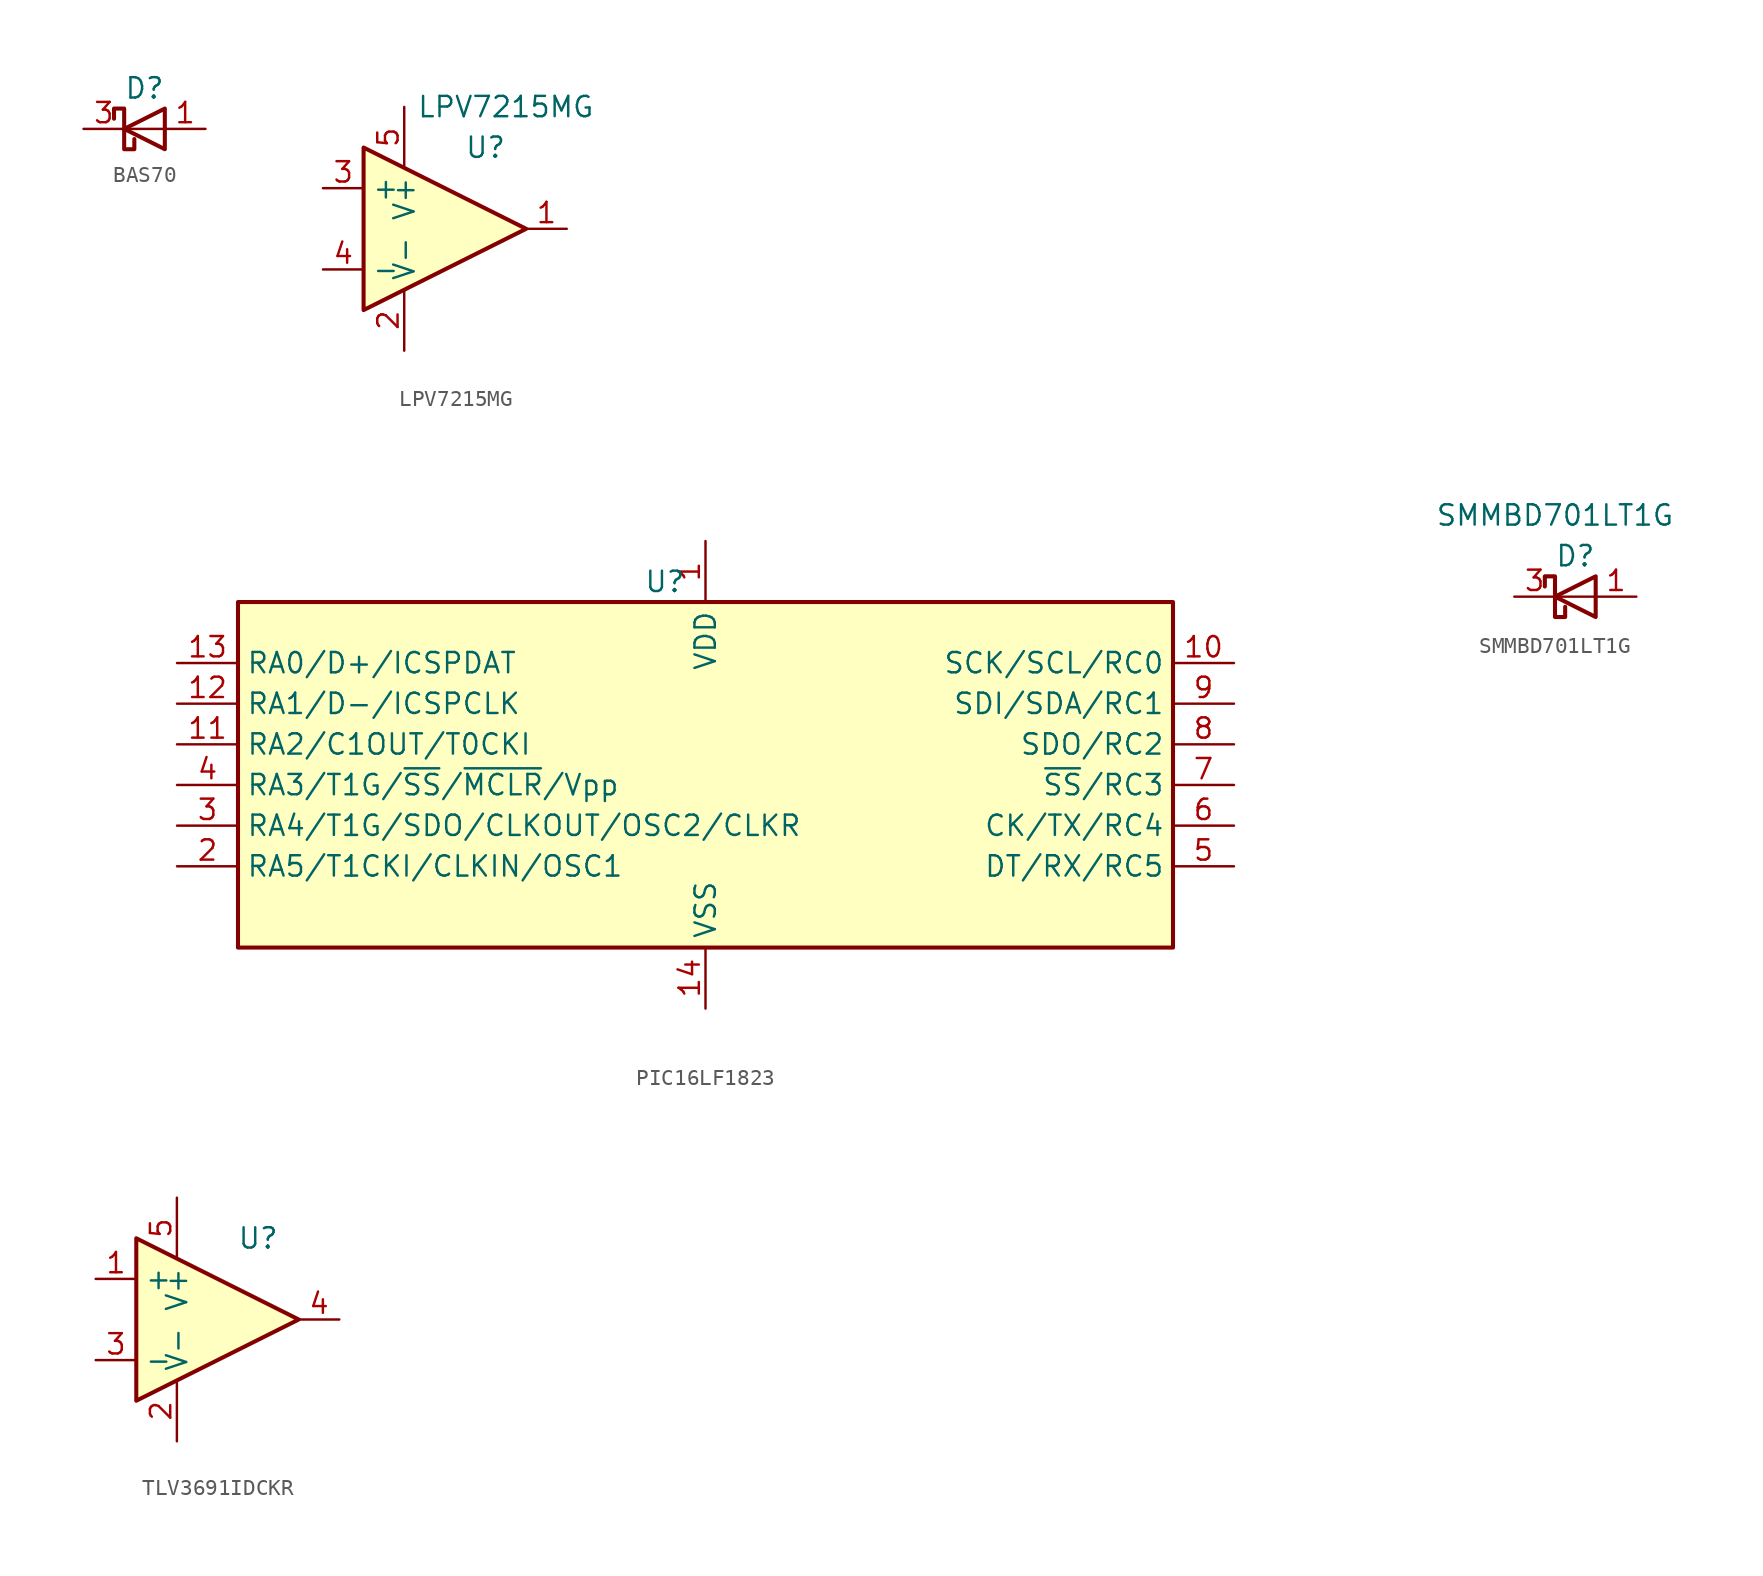
<source format=kicad_sym>
(kicad_symbol_lib
  (version 20220914)
  (generator kicad_symbol_editor)
  (symbol "BAS70"
    (property "Reference" "D"
      (at 0 2.54 0)
      (effects (font (size 1.27 1.27))))
    (property "Value" ""
      (at 0 0 0)
      (effects (font (size 1.27 1.27))))
    (symbol "BAS70_0_1"
      (polyline (pts (xy 1.27 0) (xy -1.27 0)) (stroke (width 0) (type default)) (fill (type none)))
      (polyline (pts (xy 1.27 1.27) (xy 1.27 -1.27) (xy -1.27 0) (xy 1.27 1.27)) (stroke (width 0.254) (type default)) (fill (type none)))
      (polyline (pts (xy -1.905 0.635) (xy -1.905 1.27) (xy -1.27 1.27) (xy -1.27 -1.27) (xy -0.635 -1.27) (xy -0.635 -0.635)) (stroke (width 0.254) (type default)) (fill (type none))))
    (symbol "BAS70_1_1"
      (pin passive line (at 3.81 0 180) (length 2.54) (name "~" (effects (font (size 1.27 1.27)))) (number "1" (effects (font (size 1.27 1.27)))))
      (pin passive line (at -3.81 0 0) (length 2.54) (name "~" (effects (font (size 1.27 1.27)))) (number "3" (effects (font (size 1.27 1.27)))))))
  (symbol "LPV7215MG"
    (property "Reference" "U"
      (at 5.08 5.08 0)
      (effects (font (size 1.27 1.27))))
    (property "Value" "LPV7215MG"
      (at 6.35 7.62 0)
      (effects (font (size 1.27 1.27))))
    (symbol "LPV7215MG_0_1"
      (polyline (pts (xy -2.54 5.08) (xy -2.54 -5.08) (xy 7.62 0) (xy -2.54 5.08)) (stroke (width 0.254) (type default)) (fill (type background))))
    (symbol "LPV7215MG_1_1"
      (pin output line (at 10.16 0 180) (length 2.54) (name "~" (effects (font (size 1.27 1.27)))) (number "1" (effects (font (size 1.27 1.27)))))
      (pin power_in line (at 0 -7.62 90) (length 3.81) (name "V-" (effects (font (size 1.27 1.27)))) (number "2" (effects (font (size 1.27 1.27)))))
      (pin input line (at -5.08 2.54 0) (length 2.54) (name "+" (effects (font (size 1.27 1.27)))) (number "3" (effects (font (size 1.27 1.27)))))
      (pin input line (at -5.08 -2.54 0) (length 2.54) (name "-" (effects (font (size 1.27 1.27)))) (number "4" (effects (font (size 1.27 1.27)))))
      (pin power_in line (at 0 7.62 270) (length 3.81) (name "V+" (effects (font (size 1.27 1.27)))) (number "5" (effects (font (size 1.27 1.27)))))))
  (symbol "PIC16LF1823"
    (property "Reference" "U"
      (at 0 0 0)
      (effects (font (size 1.27 1.27))))
    (property "Value" ""
      (at 0 0 0)
      (effects (font (size 1.27 1.27))))
    (symbol "PIC16LF1823_0_1"
      (rectangle (start -26.67 -1.27) (end 31.75 -22.86) (stroke (width 0.254) (type default)) (fill (type background))))
    (symbol "PIC16LF1823_1_1"
      (pin power_in line (at 2.54 2.54 270) (length 3.81) (name "VDD" (effects (font (size 1.27 1.27)))) (number "1" (effects (font (size 1.27 1.27)))))
      (pin bidirectional line (at 35.56 -5.08 180) (length 3.81) (name "SCK/SCL/RC0" (effects (font (size 1.27 1.27)))) (number "10" (effects (font (size 1.27 1.27)))))
      (pin bidirectional line (at -30.48 -10.16 0) (length 3.81) (name "RA2/C1OUT/T0CKI" (effects (font (size 1.27 1.27)))) (number "11" (effects (font (size 1.27 1.27)))))
      (pin bidirectional line (at -30.48 -7.62 0) (length 3.81) (name "RA1/D-/ICSPCLK" (effects (font (size 1.27 1.27)))) (number "12" (effects (font (size 1.27 1.27)))))
      (pin bidirectional line (at -30.48 -5.08 0) (length 3.81) (name "RA0/D+/ICSPDAT" (effects (font (size 1.27 1.27)))) (number "13" (effects (font (size 1.27 1.27)))))
      (pin power_in line (at 2.54 -26.67 90) (length 3.81) (name "VSS" (effects (font (size 1.27 1.27)))) (number "14" (effects (font (size 1.27 1.27)))))
      (pin bidirectional line (at -30.48 -17.78 0) (length 3.81) (name "RA5/T1CKI/CLKIN/OSC1" (effects (font (size 1.27 1.27)))) (number "2" (effects (font (size 1.27 1.27)))))
      (pin bidirectional line (at -30.48 -15.24 0) (length 3.81) (name "RA4/T1G/SDO/CLKOUT/OSC2/CLKR" (effects (font (size 1.27 1.27)))) (number "3" (effects (font (size 1.27 1.27)))))
      (pin input line (at -30.48 -12.7 0) (length 3.81) (name "RA3/T1G/~{SS}/~{MCLR}/Vpp" (effects (font (size 1.27 1.27)))) (number "4" (effects (font (size 1.27 1.27)))))
      (pin bidirectional line (at 35.56 -17.78 180) (length 3.81) (name "DT/RX/RC5" (effects (font (size 1.27 1.27)))) (number "5" (effects (font (size 1.27 1.27)))))
      (pin bidirectional line (at 35.56 -15.24 180) (length 3.81) (name "CK/TX/RC4" (effects (font (size 1.27 1.27)))) (number "6" (effects (font (size 1.27 1.27)))))
      (pin bidirectional line (at 35.56 -12.7 180) (length 3.81) (name "~{SS}/RC3" (effects (font (size 1.27 1.27)))) (number "7" (effects (font (size 1.27 1.27)))))
      (pin bidirectional line (at 35.56 -10.16 180) (length 3.81) (name "SDO/RC2" (effects (font (size 1.27 1.27)))) (number "8" (effects (font (size 1.27 1.27)))))
      (pin bidirectional line (at 35.56 -7.62 180) (length 3.81) (name "SDI/SDA/RC1" (effects (font (size 1.27 1.27)))) (number "9" (effects (font (size 1.27 1.27)))))))
  (symbol "SMMBD701LT1G"
    (property "Reference" "D"
      (at 0 2.54 0)
      (effects (font (size 1.27 1.27))))
    (property "Value" "SMMBD701LT1G"
      (at -1.27 5.08 0)
      (effects (font (size 1.27 1.27))))
    (symbol "SMMBD701LT1G_0_1"
      (polyline (pts (xy 1.27 0) (xy -1.27 0)) (stroke (width 0) (type default)) (fill (type none)))
      (polyline (pts (xy 1.27 1.27) (xy 1.27 -1.27) (xy -1.27 0) (xy 1.27 1.27)) (stroke (width 0.254) (type default)) (fill (type none)))
      (polyline (pts (xy -1.905 0.635) (xy -1.905 1.27) (xy -1.27 1.27) (xy -1.27 -1.27) (xy -0.635 -1.27) (xy -0.635 -0.635)) (stroke (width 0.254) (type default)) (fill (type none))))
    (symbol "SMMBD701LT1G_1_1"
      (pin passive line (at 3.81 0 180) (length 2.54) (name "~" (effects (font (size 1.27 1.27)))) (number "1" (effects (font (size 1.27 1.27)))))
      (pin passive line (at -3.81 0 0) (length 2.54) (name "~" (effects (font (size 1.27 1.27)))) (number "3" (effects (font (size 1.27 1.27)))))))
  (symbol "TLV3691IDCKR"
    (property "Reference" "U"
      (at 5.08 5.08 0)
      (effects (font (size 1.27 1.27))))
    (property "Value" ""
      (at 3.81 6.35 0)
      (effects (font (size 1.27 1.27))))
    (symbol "TLV3691IDCKR_0_1"
      (polyline (pts (xy -2.54 5.08) (xy -2.54 -5.08) (xy 7.62 0) (xy -2.54 5.08)) (stroke (width 0.254) (type default)) (fill (type background))))
    (symbol "TLV3691IDCKR_1_1"
      (pin input line (at -5.08 2.54 0) (length 2.54) (name "+" (effects (font (size 1.27 1.27)))) (number "1" (effects (font (size 1.27 1.27)))))
      (pin power_in line (at 0 -7.62 90) (length 3.81) (name "V-" (effects (font (size 1.27 1.27)))) (number "2" (effects (font (size 1.27 1.27)))))
      (pin input line (at -5.08 -2.54 0) (length 2.54) (name "-" (effects (font (size 1.27 1.27)))) (number "3" (effects (font (size 1.27 1.27)))))
      (pin output line (at 10.16 0 180) (length 2.54) (name "~" (effects (font (size 1.27 1.27)))) (number "4" (effects (font (size 1.27 1.27)))))
      (pin power_in line (at 0 7.62 270) (length 3.81) (name "V+" (effects (font (size 1.27 1.27)))) (number "5" (effects (font (size 1.27 1.27))))))))
</source>
